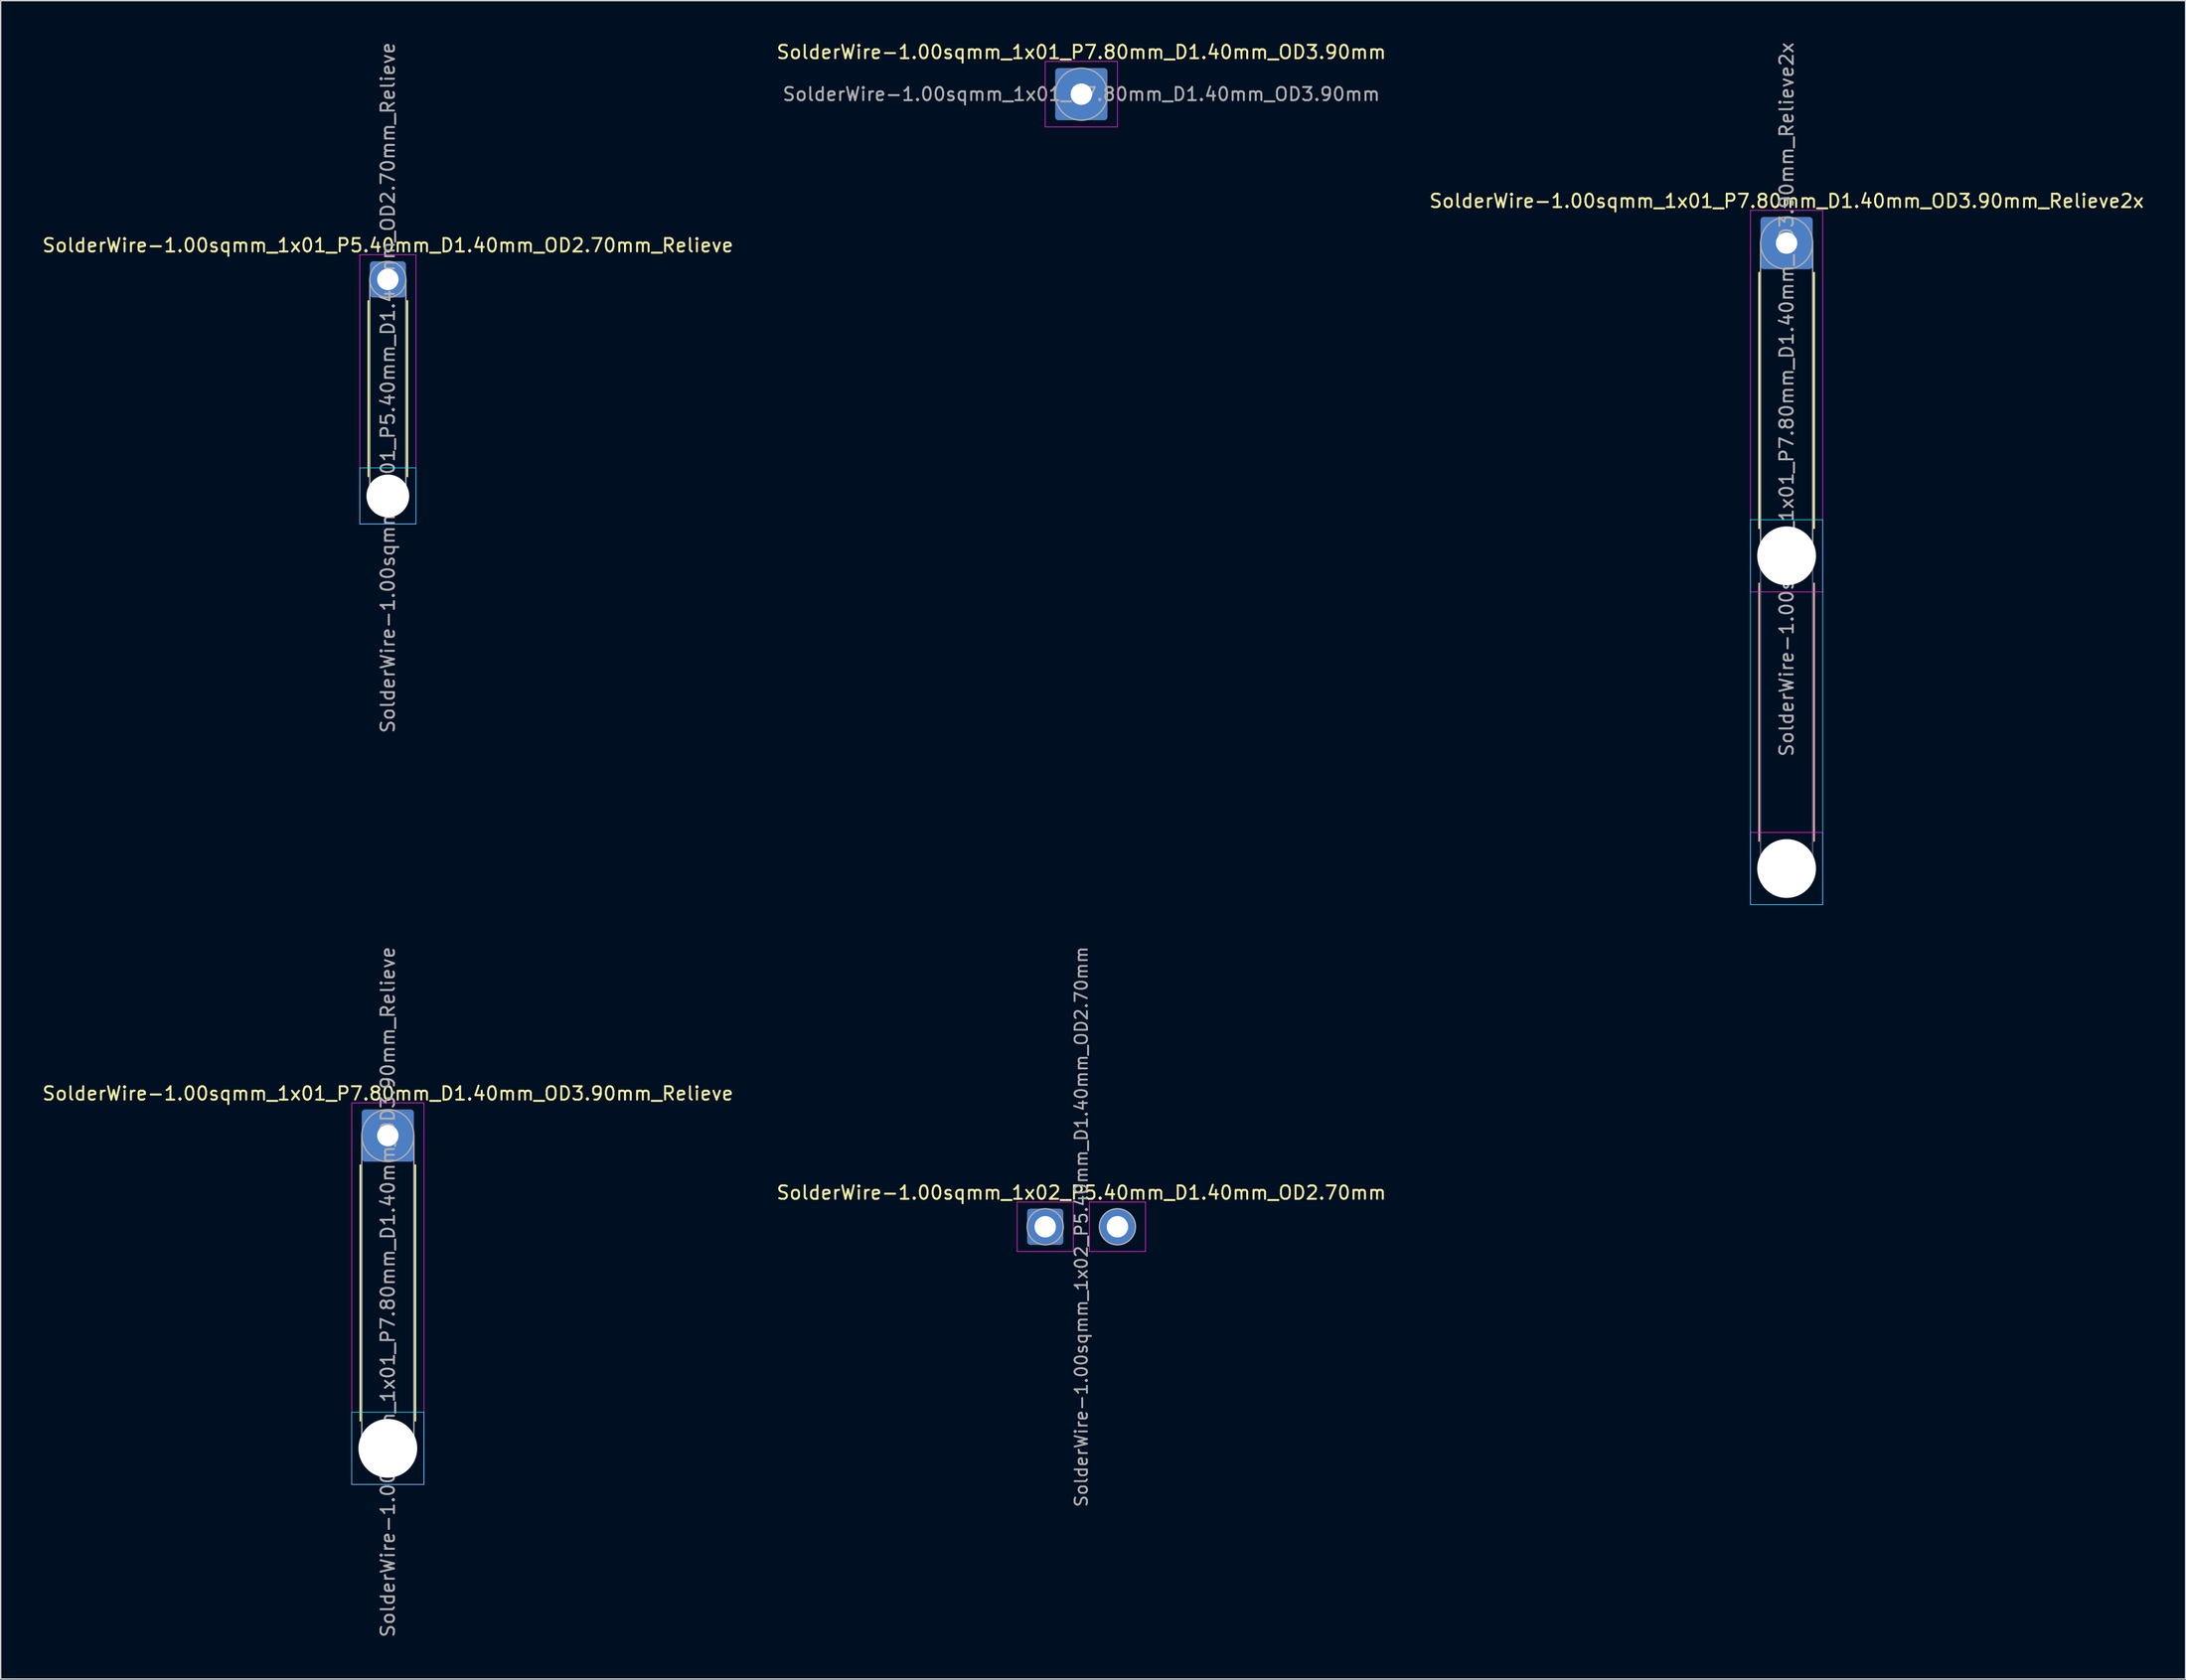
<source format=kicad_pcb>
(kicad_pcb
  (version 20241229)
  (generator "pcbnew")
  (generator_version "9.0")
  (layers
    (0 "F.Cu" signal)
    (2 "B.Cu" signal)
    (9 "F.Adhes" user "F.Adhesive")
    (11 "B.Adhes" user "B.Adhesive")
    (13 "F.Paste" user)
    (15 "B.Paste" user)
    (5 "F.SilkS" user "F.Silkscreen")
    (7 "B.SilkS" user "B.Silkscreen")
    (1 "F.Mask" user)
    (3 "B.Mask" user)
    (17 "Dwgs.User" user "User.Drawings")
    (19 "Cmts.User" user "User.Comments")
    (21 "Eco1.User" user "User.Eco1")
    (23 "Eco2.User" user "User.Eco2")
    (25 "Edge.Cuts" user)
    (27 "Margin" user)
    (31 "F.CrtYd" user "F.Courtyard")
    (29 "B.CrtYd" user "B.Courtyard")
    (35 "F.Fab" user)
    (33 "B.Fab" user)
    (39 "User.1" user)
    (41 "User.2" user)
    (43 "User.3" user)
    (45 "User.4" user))
  (footprint "SolderWire-1.00sqmm_1x01_P7.80mm_D1.40mm_OD3.90mm_Relieve"
    (layer "F.Cu")
    (at 25.958 81.923)
    (property "Reference" "SolderWire-1.00sqmm_1x01_P7.80mm_D1.40mm_OD3.90mm_Relieve" (at 0 -3.15 0) (layer "F.SilkS") (effects (font (size 1 1) (thickness 0.15))))
    (attr exclude_from_pos_files exclude_from_bom)
    (fp_line (start -2.06 2.21) (end -2.06 21.34) (stroke (width 0.12) (type solid)) (layer "F.SilkS"))
    (fp_line (start 2.06 2.21) (end 2.06 21.34) (stroke (width 0.12) (type solid)) (layer "F.SilkS"))
    (fp_line (start -2.7 20.7) (end -2.7 26.1) (stroke (width 0.05) (type solid)) (layer "B.CrtYd"))
    (fp_line (start -2.7 26.1) (end 2.7 26.1) (stroke (width 0.05) (type solid)) (layer "B.CrtYd"))
    (fp_line (start 2.7 20.7) (end -2.7 20.7) (stroke (width 0.05) (type solid)) (layer "B.CrtYd"))
    (fp_line (start 2.7 26.1) (end 2.7 20.7) (stroke (width 0.05) (type solid)) (layer "B.CrtYd"))
    (fp_line (start -2.7 -2.45) (end -2.7 26.1) (stroke (width 0.05) (type solid)) (layer "F.CrtYd"))
    (fp_line (start -2.7 26.1) (end 2.7 26.1) (stroke (width 0.05) (type solid)) (layer "F.CrtYd"))
    (fp_line (start 2.7 -2.45) (end -2.7 -2.45) (stroke (width 0.05) (type solid)) (layer "F.CrtYd"))
    (fp_line (start 2.7 26.1) (end 2.7 -2.45) (stroke (width 0.05) (type solid)) (layer "F.CrtYd"))
    (fp_line (start -1.95 0) (end -1.95 23.4) (stroke (width 0.1) (type solid)) (layer "F.Fab"))
    (fp_line (start 1.95 0) (end 1.95 23.4) (stroke (width 0.1) (type solid)) (layer "F.Fab"))
    (fp_circle (center 0 0) (end 1.95 0) (stroke (width 0.1) (type solid)) (fill no) (layer "F.Fab"))
    (fp_circle (center 0 23.4) (end 1.95 23.4) (stroke (width 0.1) (type solid)) (fill no) (layer "F.Fab"))
    (fp_text user "${REFERENCE}" (at 0 11.7 90) (layer "F.Fab") (effects (font (size 1 1) (thickness 0.15))))
    (pad "" np_thru_hole circle (at 0 23.4) (size 4.4 4.4) (drill 4.4) (layers "*.Cu" "*.Mask"))
    (pad "1" thru_hole roundrect (at 0 0) (size 3.9 3.9) (drill 1.6) (layers "*.Cu" "*.Mask") (roundrect_rratio 0.064)))
  (footprint "SolderWire-1.00sqmm_1x01_P5.40mm_D1.40mm_OD2.70mm_Relieve"
    (layer "F.Cu")
    (at 25.958 17.858)
    (property "Reference" "SolderWire-1.00sqmm_1x01_P5.40mm_D1.40mm_OD2.70mm_Relieve" (at 0 -2.55 0) (layer "F.SilkS") (effects (font (size 1 1) (thickness 0.15))))
    (attr exclude_from_pos_files exclude_from_bom)
    (fp_line (start -1.46 1.61) (end -1.46 14.74) (stroke (width 0.12) (type solid)) (layer "F.SilkS"))
    (fp_line (start 1.46 1.61) (end 1.46 14.74) (stroke (width 0.12) (type solid)) (layer "F.SilkS"))
    (fp_line (start -2.1 14.1) (end -2.1 18.3) (stroke (width 0.05) (type solid)) (layer "B.CrtYd"))
    (fp_line (start -2.1 18.3) (end 2.1 18.3) (stroke (width 0.05) (type solid)) (layer "B.CrtYd"))
    (fp_line (start 2.1 14.1) (end -2.1 14.1) (stroke (width 0.05) (type solid)) (layer "B.CrtYd"))
    (fp_line (start 2.1 18.3) (end 2.1 14.1) (stroke (width 0.05) (type solid)) (layer "B.CrtYd"))
    (fp_line (start -2.1 -1.85) (end -2.1 18.3) (stroke (width 0.05) (type solid)) (layer "F.CrtYd"))
    (fp_line (start -2.1 18.3) (end 2.1 18.3) (stroke (width 0.05) (type solid)) (layer "F.CrtYd"))
    (fp_line (start 2.1 -1.85) (end -2.1 -1.85) (stroke (width 0.05) (type solid)) (layer "F.CrtYd"))
    (fp_line (start 2.1 18.3) (end 2.1 -1.85) (stroke (width 0.05) (type solid)) (layer "F.CrtYd"))
    (fp_line (start -1.35 0) (end -1.35 16.2) (stroke (width 0.1) (type solid)) (layer "F.Fab"))
    (fp_line (start 1.35 0) (end 1.35 16.2) (stroke (width 0.1) (type solid)) (layer "F.Fab"))
    (fp_circle (center 0 0) (end 1.35 0) (stroke (width 0.1) (type solid)) (fill no) (layer "F.Fab"))
    (fp_circle (center 0 16.2) (end 1.35 16.2) (stroke (width 0.1) (type solid)) (fill no) (layer "F.Fab"))
    (fp_text user "${REFERENCE}" (at 0 8.1 90) (layer "F.Fab") (effects (font (size 1 1) (thickness 0.15))))
    (pad "" np_thru_hole circle (at 0 16.2) (size 3.2 3.2) (drill 3.2) (layers "*.Cu" "*.Mask"))
    (pad "1" thru_hole roundrect (at 0 0) (size 2.7 2.7) (drill 1.6) (layers "*.Cu" "*.Mask") (roundrect_rratio 0.093)))
  (footprint "SolderWire-1.00sqmm_1x01_P7.80mm_D1.40mm_OD3.90mm"
    (layer "F.Cu")
    (at 77.827 3.998)
    (property "Reference" "SolderWire-1.00sqmm_1x01_P7.80mm_D1.40mm_OD3.90mm" (at 0 -3.15 0) (layer "F.SilkS") (effects (font (size 1 1) (thickness 0.15))))
    (attr exclude_from_pos_files exclude_from_bom)
    (fp_line (start -2.7 -2.45) (end -2.7 2.45) (stroke (width 0.05) (type solid)) (layer "F.CrtYd"))
    (fp_line (start -2.7 2.45) (end 2.7 2.45) (stroke (width 0.05) (type solid)) (layer "F.CrtYd"))
    (fp_line (start 2.7 -2.45) (end -2.7 -2.45) (stroke (width 0.05) (type solid)) (layer "F.CrtYd"))
    (fp_line (start 2.7 2.45) (end 2.7 -2.45) (stroke (width 0.05) (type solid)) (layer "F.CrtYd"))
    (fp_circle (center 0 0) (end 1.95 0) (stroke (width 0.1) (type solid)) (fill no) (layer "F.Fab"))
    (fp_text user "${REFERENCE}" (at 0 0 0) (layer "F.Fab") (effects (font (size 0.98 0.98) (thickness 0.15))))
    (pad "1" thru_hole roundrect (at 0 0) (size 3.9 3.9) (drill 1.6) (layers "*.Cu" "*.Mask") (roundrect_rratio 0.064)))
  (footprint "SolderWire-1.00sqmm_1x02_P5.40mm_D1.40mm_OD2.70mm"
    (layer "F.Cu")
    (at 75.127 88.745)
    (property "Reference" "SolderWire-1.00sqmm_1x02_P5.40mm_D1.40mm_OD2.70mm" (at 2.7 -2.55 0) (layer "F.SilkS") (effects (font (size 1 1) (thickness 0.15))))
    (attr exclude_from_pos_files exclude_from_bom)
    (fp_line (start -2.1 -1.85) (end -2.1 1.85) (stroke (width 0.05) (type solid)) (layer "F.CrtYd"))
    (fp_line (start -2.1 1.85) (end 2.1 1.85) (stroke (width 0.05) (type solid)) (layer "F.CrtYd"))
    (fp_line (start 2.1 -1.85) (end -2.1 -1.85) (stroke (width 0.05) (type solid)) (layer "F.CrtYd"))
    (fp_line (start 2.1 1.85) (end 2.1 -1.85) (stroke (width 0.05) (type solid)) (layer "F.CrtYd"))
    (fp_line (start 3.3 -1.85) (end 3.3 1.85) (stroke (width 0.05) (type solid)) (layer "F.CrtYd"))
    (fp_line (start 3.3 1.85) (end 7.5 1.85) (stroke (width 0.05) (type solid)) (layer "F.CrtYd"))
    (fp_line (start 7.5 -1.85) (end 3.3 -1.85) (stroke (width 0.05) (type solid)) (layer "F.CrtYd"))
    (fp_line (start 7.5 1.85) (end 7.5 -1.85) (stroke (width 0.05) (type solid)) (layer "F.CrtYd"))
    (fp_circle (center 0 0) (end 1.35 0) (stroke (width 0.1) (type solid)) (fill no) (layer "F.Fab"))
    (fp_circle (center 5.4 0) (end 6.75 0) (stroke (width 0.1) (type solid)) (fill no) (layer "F.Fab"))
    (fp_text user "${REFERENCE}" (at 2.7 0 90) (layer "F.Fab") (effects (font (size 0.92 0.92) (thickness 0.14))))
    (pad "1" thru_hole roundrect (at 0 0) (size 2.7 2.7) (drill 1.6) (layers "*.Cu" "*.Mask") (roundrect_rratio 0.093))
    (pad "2" thru_hole circle (at 5.4 0) (size 2.7 2.7) (drill 1.6) (layers "*.Cu" "*.Mask")))
  (footprint "SolderWire-1.00sqmm_1x01_P7.80mm_D1.40mm_OD3.90mm_Relieve2x"
    (layer "F.Cu")
    (at 130.577 15.139)
    (property "Reference" "SolderWire-1.00sqmm_1x01_P7.80mm_D1.40mm_OD3.90mm_Relieve2x" (at 0 -3.15 0) (layer "F.SilkS") (effects (font (size 1 1) (thickness 0.15))))
    (attr exclude_from_pos_files exclude_from_bom)
    (fp_line (start -2.06 2.21) (end -2.06 21.34) (stroke (width 0.12) (type solid)) (layer "F.SilkS"))
    (fp_line (start 2.06 2.21) (end 2.06 21.34) (stroke (width 0.12) (type solid)) (layer "F.SilkS"))
    (fp_line (start -2.06 25.46) (end -2.06 44.74) (stroke (width 0.12) (type solid)) (layer "B.SilkS"))
    (fp_line (start 2.06 25.46) (end 2.06 44.74) (stroke (width 0.12) (type solid)) (layer "B.SilkS"))
    (fp_line (start -2.7 20.7) (end -2.7 49.5) (stroke (width 0.05) (type solid)) (layer "B.CrtYd"))
    (fp_line (start -2.7 49.5) (end 2.7 49.5) (stroke (width 0.05) (type solid)) (layer "B.CrtYd"))
    (fp_line (start 2.7 20.7) (end -2.7 20.7) (stroke (width 0.05) (type solid)) (layer "B.CrtYd"))
    (fp_line (start 2.7 49.5) (end 2.7 20.7) (stroke (width 0.05) (type solid)) (layer "B.CrtYd"))
    (fp_line (start -2.7 -2.45) (end -2.7 26.1) (stroke (width 0.05) (type solid)) (layer "F.CrtYd"))
    (fp_line (start -2.7 26.1) (end 2.7 26.1) (stroke (width 0.05) (type solid)) (layer "F.CrtYd"))
    (fp_line (start -2.7 44.1) (end -2.7 49.5) (stroke (width 0.05) (type solid)) (layer "F.CrtYd"))
    (fp_line (start -2.7 49.5) (end 2.7 49.5) (stroke (width 0.05) (type solid)) (layer "F.CrtYd"))
    (fp_line (start 2.7 -2.45) (end -2.7 -2.45) (stroke (width 0.05) (type solid)) (layer "F.CrtYd"))
    (fp_line (start 2.7 26.1) (end 2.7 -2.45) (stroke (width 0.05) (type solid)) (layer "F.CrtYd"))
    (fp_line (start 2.7 44.1) (end -2.7 44.1) (stroke (width 0.05) (type solid)) (layer "F.CrtYd"))
    (fp_line (start 2.7 49.5) (end 2.7 44.1) (stroke (width 0.05) (type solid)) (layer "F.CrtYd"))
    (fp_line (start -1.95 23.4) (end -1.95 46.8) (stroke (width 0.1) (type solid)) (layer "B.Fab"))
    (fp_line (start 1.95 23.4) (end 1.95 46.8) (stroke (width 0.1) (type solid)) (layer "B.Fab"))
    (fp_circle (center 0 23.4) (end 1.95 23.4) (stroke (width 0.1) (type solid)) (fill no) (layer "B.Fab"))
    (fp_circle (center 0 46.8) (end 1.95 46.8) (stroke (width 0.1) (type solid)) (fill no) (layer "B.Fab"))
    (fp_line (start -1.95 0) (end -1.95 23.4) (stroke (width 0.1) (type solid)) (layer "F.Fab"))
    (fp_line (start 1.95 0) (end 1.95 23.4) (stroke (width 0.1) (type solid)) (layer "F.Fab"))
    (fp_circle (center 0 0) (end 1.95 0) (stroke (width 0.1) (type solid)) (fill no) (layer "F.Fab"))
    (fp_circle (center 0 23.4) (end 1.95 23.4) (stroke (width 0.1) (type solid)) (fill no) (layer "F.Fab"))
    (fp_circle (center 0 46.8) (end 1.95 46.8) (stroke (width 0.1) (type solid)) (fill no) (layer "F.Fab"))
    (fp_text user "${REFERENCE}" (at 0 11.7 90) (layer "F.Fab") (effects (font (size 1 1) (thickness 0.15))))
    (pad "" np_thru_hole circle (at 0 23.4) (size 4.4 4.4) (drill 4.4) (layers "*.Cu" "*.Mask"))
    (pad "" np_thru_hole circle (at 0 46.8) (size 4.4 4.4) (drill 4.4) (layers "*.Cu" "*.Mask"))
    (pad "1" thru_hole roundrect (at 0 0) (size 3.9 3.9) (drill 1.6) (layers "*.Cu" "*.Mask") (roundrect_rratio 0.064)))
  (gr_rect
    (start -3 -3)
    (end 160.417 122.581)
    (stroke (width 0.1) (type default))
    (fill no)
    (layer "Edge.Cuts")))
</source>
